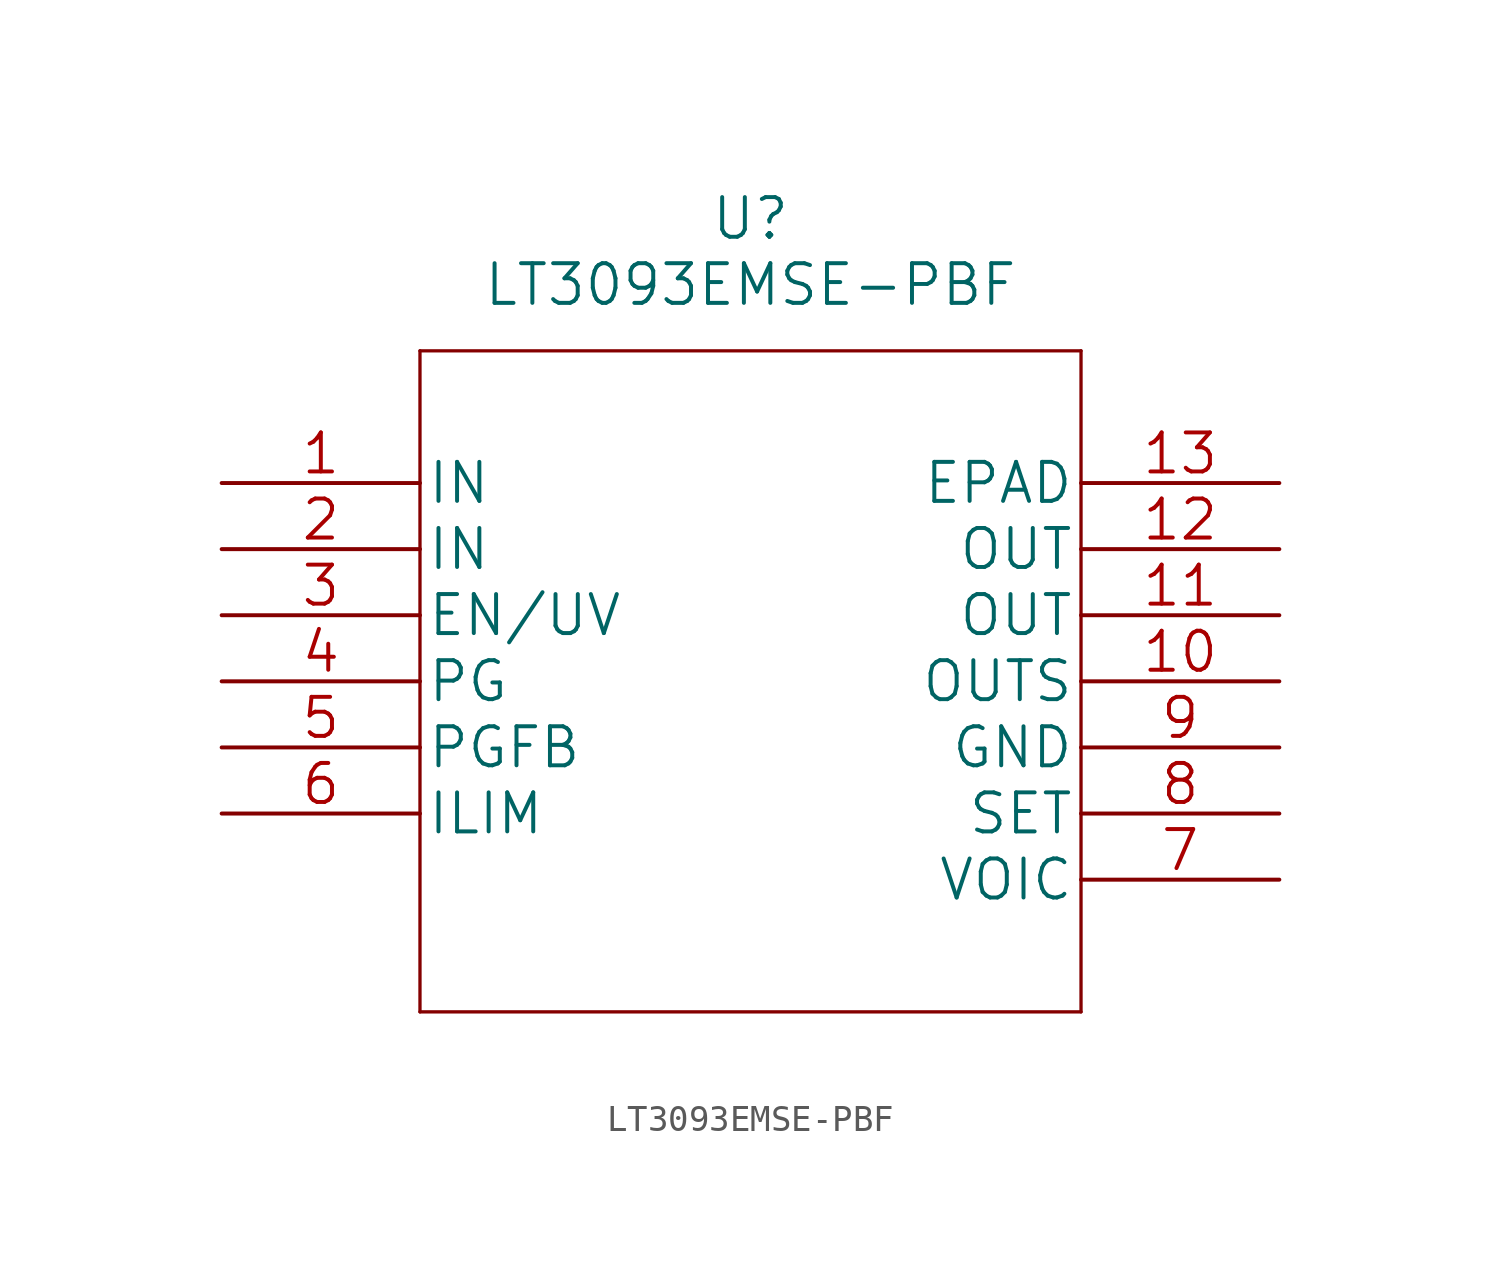
<source format=kicad_sym>
(kicad_symbol_lib
  (version 20211014)
  (generator kicad_symbol_editor)
  (symbol "LT3093EMSE-PBF"
    (pin_names
      (offset 0.254))
    (property "Reference" "U"
      (at 20.32 10.16 0)
      (effects (font (size 1.524 1.524))))
    (property "Value" "LT3093EMSE-PBF"
      (at 20.32 7.62 0)
      (effects (font (size 1.524 1.524))))
    (property "Datasheet" ""
      (at 0 0 0)
      (effects (font (size 1.524 1.524))))
    (property "ki_locked" ""
      (at 0 0 0)
      (effects (font (size 1.27 1.27))))
    (symbol "LT3093EMSE-PBF_1_1"
      (polyline (pts (xy 7.62 -20.32) (xy 33.02 -20.32)) (stroke (width 0.127) (type default) (color 0 0 0 0)) (fill (type none)))
      (polyline (pts (xy 7.62 5.08) (xy 7.62 -20.32)) (stroke (width 0.127) (type default) (color 0 0 0 0)) (fill (type none)))
      (polyline (pts (xy 33.02 -20.32) (xy 33.02 5.08)) (stroke (width 0.127) (type default) (color 0 0 0 0)) (fill (type none)))
      (polyline (pts (xy 33.02 5.08) (xy 7.62 5.08)) (stroke (width 0.127) (type default) (color 0 0 0 0)) (fill (type none)))
      (pin unspecified line (at 0 0 0) (length 7.62) (name "IN" (effects (font (size 1.499 1.499)))) (number "1" (effects (font (size 1.499 1.499)))))
      (pin unspecified line (at 40.64 -7.62 180) (length 7.62) (name "OUTS" (effects (font (size 1.499 1.499)))) (number "10" (effects (font (size 1.499 1.499)))))
      (pin unspecified line (at 40.64 -5.08 180) (length 7.62) (name "OUT" (effects (font (size 1.499 1.499)))) (number "11" (effects (font (size 1.499 1.499)))))
      (pin unspecified line (at 40.64 -2.54 180) (length 7.62) (name "OUT" (effects (font (size 1.499 1.499)))) (number "12" (effects (font (size 1.499 1.499)))))
      (pin unspecified line (at 40.64 0 180) (length 7.62) (name "EPAD" (effects (font (size 1.499 1.499)))) (number "13" (effects (font (size 1.499 1.499)))))
      (pin unspecified line (at 0 -2.54 0) (length 7.62) (name "IN" (effects (font (size 1.499 1.499)))) (number "2" (effects (font (size 1.499 1.499)))))
      (pin unspecified line (at 0 -5.08 0) (length 7.62) (name "EN/UV" (effects (font (size 1.499 1.499)))) (number "3" (effects (font (size 1.499 1.499)))))
      (pin unspecified line (at 0 -7.62 0) (length 7.62) (name "PG" (effects (font (size 1.499 1.499)))) (number "4" (effects (font (size 1.499 1.499)))))
      (pin unspecified line (at 0 -10.16 0) (length 7.62) (name "PGFB" (effects (font (size 1.499 1.499)))) (number "5" (effects (font (size 1.499 1.499)))))
      (pin unspecified line (at 0 -12.7 0) (length 7.62) (name "ILIM" (effects (font (size 1.499 1.499)))) (number "6" (effects (font (size 1.499 1.499)))))
      (pin unspecified line (at 40.64 -15.24 180) (length 7.62) (name "VOIC" (effects (font (size 1.499 1.499)))) (number "7" (effects (font (size 1.499 1.499)))))
      (pin unspecified line (at 40.64 -12.7 180) (length 7.62) (name "SET" (effects (font (size 1.499 1.499)))) (number "8" (effects (font (size 1.499 1.499)))))
      (pin unspecified line (at 40.64 -10.16 180) (length 7.62) (name "GND" (effects (font (size 1.499 1.499)))) (number "9" (effects (font (size 1.499 1.499))))))))
</source>
